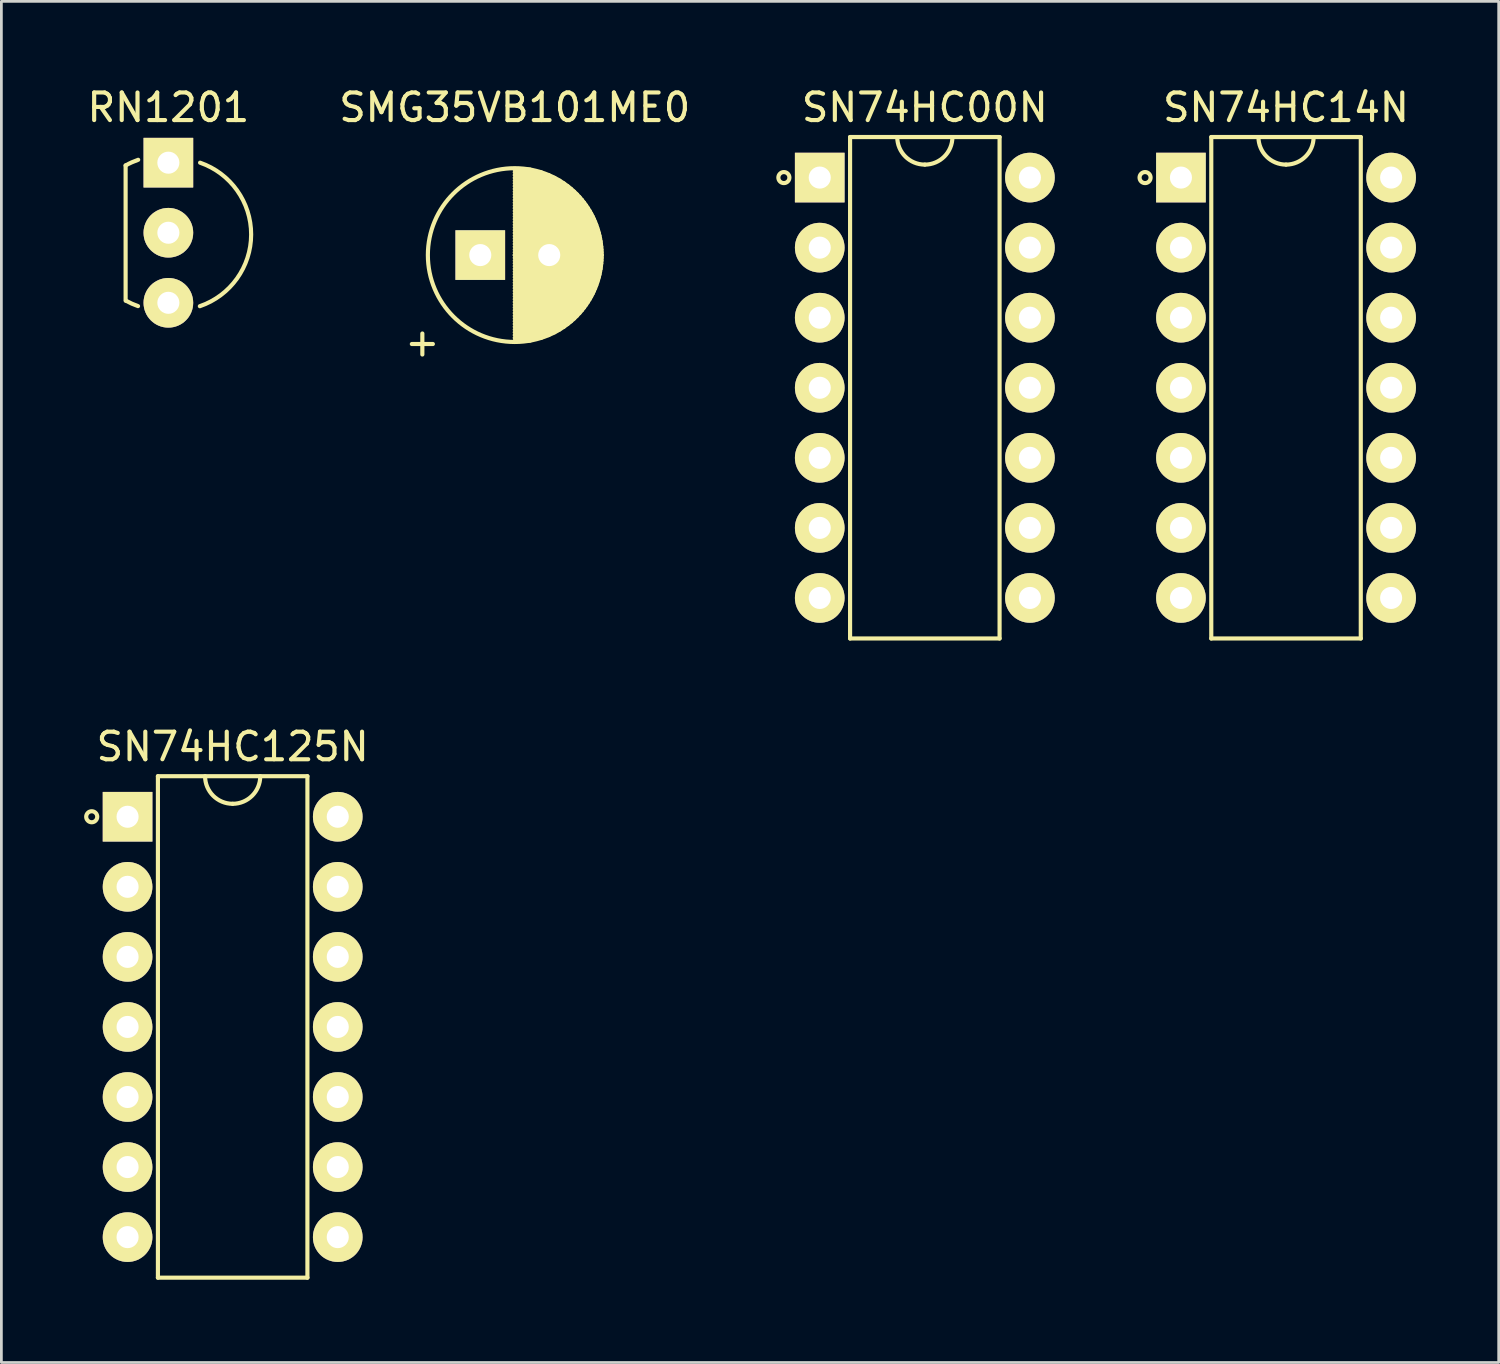
<source format=kicad_pcb>
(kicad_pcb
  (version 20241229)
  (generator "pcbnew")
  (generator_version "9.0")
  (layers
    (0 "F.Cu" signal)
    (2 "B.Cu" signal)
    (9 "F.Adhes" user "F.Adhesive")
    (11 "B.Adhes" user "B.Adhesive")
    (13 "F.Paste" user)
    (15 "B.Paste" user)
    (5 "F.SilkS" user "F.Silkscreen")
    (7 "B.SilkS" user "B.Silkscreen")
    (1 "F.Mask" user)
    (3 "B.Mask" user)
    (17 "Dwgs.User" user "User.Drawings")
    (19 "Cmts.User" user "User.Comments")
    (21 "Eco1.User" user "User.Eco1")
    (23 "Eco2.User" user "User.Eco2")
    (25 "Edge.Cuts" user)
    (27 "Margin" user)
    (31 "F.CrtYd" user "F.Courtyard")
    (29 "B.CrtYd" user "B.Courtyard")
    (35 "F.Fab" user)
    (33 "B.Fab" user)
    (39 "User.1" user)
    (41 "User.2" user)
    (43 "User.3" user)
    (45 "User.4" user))
  (footprint "SN74HC00N"
    (layer "F.Cu")
    (at 26.669 3.388)
    (property "Reference" "SN74HC00N" (at 3.81 -2.54 0) (layer "F.SilkS") (effects (font (size 1 1) (thickness 0.15))))
    (attr through_hole)
    (fp_line (start 1.1 -1.47) (end 6.52 -1.47) (stroke (width 0.15) (type solid)) (layer "F.SilkS"))
    (fp_line (start 1.1 16.71) (end 1.1 -1.47) (stroke (width 0.15) (type solid)) (layer "F.SilkS"))
    (fp_line (start 6.52 -1.47) (end 6.52 16.71) (stroke (width 0.15) (type solid)) (layer "F.SilkS"))
    (fp_line (start 6.52 16.71) (end 1.1 16.71) (stroke (width 0.15) (type solid)) (layer "F.SilkS"))
    (fp_arc (start 3.81 -0.47) (mid 3.102893 -0.762893) (end 2.81 -1.47) (stroke (width 0.15) (type solid)) (layer "F.SilkS"))
    (fp_arc (start 4.81 -1.47) (mid 4.517107 -0.762893) (end 3.81 -0.47) (stroke (width 0.15) (type solid)) (layer "F.SilkS"))
    (fp_circle (center -1.3 0) (end -1.3 0.2) (stroke (width 0.15) (type solid)) (fill no) (layer "F.SilkS"))
    (pad "1" thru_hole rect (at 0 0) (size 1.8 1.8) (drill 0.8) (layers "*.Cu" "*.Mask" "F.SilkS"))
    (pad "2" thru_hole circle (at 0 2.54) (size 1.8 1.8) (drill 0.8) (layers "*.Cu" "*.Mask" "F.SilkS"))
    (pad "3" thru_hole circle (at 0 5.08) (size 1.8 1.8) (drill 0.8) (layers "*.Cu" "*.Mask" "F.SilkS"))
    (pad "4" thru_hole circle (at 0 7.62) (size 1.8 1.8) (drill 0.8) (layers "*.Cu" "*.Mask" "F.SilkS"))
    (pad "5" thru_hole circle (at 0 10.16) (size 1.8 1.8) (drill 0.8) (layers "*.Cu" "*.Mask" "F.SilkS"))
    (pad "6" thru_hole circle (at 0 12.7) (size 1.8 1.8) (drill 0.8) (layers "*.Cu" "*.Mask" "F.SilkS"))
    (pad "7" thru_hole circle (at 0 15.24) (size 1.8 1.8) (drill 0.8) (layers "*.Cu" "*.Mask" "F.SilkS"))
    (pad "8" thru_hole circle (at 7.62 15.24) (size 1.8 1.8) (drill 0.8) (layers "*.Cu" "*.Mask" "F.SilkS"))
    (pad "9" thru_hole circle (at 7.62 12.7) (size 1.8 1.8) (drill 0.8) (layers "*.Cu" "*.Mask" "F.SilkS"))
    (pad "10" thru_hole circle (at 7.62 10.16) (size 1.8 1.8) (drill 0.8) (layers "*.Cu" "*.Mask" "F.SilkS"))
    (pad "11" thru_hole circle (at 7.62 7.62) (size 1.8 1.8) (drill 0.8) (layers "*.Cu" "*.Mask" "F.SilkS"))
    (pad "12" thru_hole circle (at 7.62 5.08) (size 1.8 1.8) (drill 0.8) (layers "*.Cu" "*.Mask" "F.SilkS"))
    (pad "13" thru_hole circle (at 7.62 2.54) (size 1.8 1.8) (drill 0.8) (layers "*.Cu" "*.Mask" "F.SilkS"))
    (pad "14" thru_hole circle (at 7.62 0) (size 1.8 1.8) (drill 0.8) (layers "*.Cu" "*.Mask" "F.SilkS")))
  (footprint "SN74HC125N"
    (layer "F.Cu")
    (at 1.575 26.561)
    (property "Reference" "SN74HC125N" (at 3.81 -2.54 0) (layer "F.SilkS") (effects (font (size 1 1) (thickness 0.15))))
    (attr through_hole)
    (fp_line (start 1.1 -1.47) (end 6.52 -1.47) (stroke (width 0.15) (type solid)) (layer "F.SilkS"))
    (fp_line (start 1.1 16.71) (end 1.1 -1.47) (stroke (width 0.15) (type solid)) (layer "F.SilkS"))
    (fp_line (start 6.52 -1.47) (end 6.52 16.71) (stroke (width 0.15) (type solid)) (layer "F.SilkS"))
    (fp_line (start 6.52 16.71) (end 1.1 16.71) (stroke (width 0.15) (type solid)) (layer "F.SilkS"))
    (fp_arc (start 3.81 -0.47) (mid 3.102893 -0.762893) (end 2.81 -1.47) (stroke (width 0.15) (type solid)) (layer "F.SilkS"))
    (fp_arc (start 4.81 -1.47) (mid 4.517107 -0.762893) (end 3.81 -0.47) (stroke (width 0.15) (type solid)) (layer "F.SilkS"))
    (fp_circle (center -1.3 0) (end -1.3 0.2) (stroke (width 0.15) (type solid)) (fill no) (layer "F.SilkS"))
    (pad "1" thru_hole rect (at 0 0) (size 1.8 1.8) (drill 0.8) (layers "*.Cu" "*.Mask" "F.SilkS"))
    (pad "2" thru_hole circle (at 0 2.54) (size 1.8 1.8) (drill 0.8) (layers "*.Cu" "*.Mask" "F.SilkS"))
    (pad "3" thru_hole circle (at 0 5.08) (size 1.8 1.8) (drill 0.8) (layers "*.Cu" "*.Mask" "F.SilkS"))
    (pad "4" thru_hole circle (at 0 7.62) (size 1.8 1.8) (drill 0.8) (layers "*.Cu" "*.Mask" "F.SilkS"))
    (pad "5" thru_hole circle (at 0 10.16) (size 1.8 1.8) (drill 0.8) (layers "*.Cu" "*.Mask" "F.SilkS"))
    (pad "6" thru_hole circle (at 0 12.7) (size 1.8 1.8) (drill 0.8) (layers "*.Cu" "*.Mask" "F.SilkS"))
    (pad "7" thru_hole circle (at 0 15.24) (size 1.8 1.8) (drill 0.8) (layers "*.Cu" "*.Mask" "F.SilkS"))
    (pad "8" thru_hole circle (at 7.62 15.24) (size 1.8 1.8) (drill 0.8) (layers "*.Cu" "*.Mask" "F.SilkS"))
    (pad "9" thru_hole circle (at 7.62 12.7) (size 1.8 1.8) (drill 0.8) (layers "*.Cu" "*.Mask" "F.SilkS"))
    (pad "10" thru_hole circle (at 7.62 10.16) (size 1.8 1.8) (drill 0.8) (layers "*.Cu" "*.Mask" "F.SilkS"))
    (pad "11" thru_hole circle (at 7.62 7.62) (size 1.8 1.8) (drill 0.8) (layers "*.Cu" "*.Mask" "F.SilkS"))
    (pad "12" thru_hole circle (at 7.62 5.08) (size 1.8 1.8) (drill 0.8) (layers "*.Cu" "*.Mask" "F.SilkS"))
    (pad "13" thru_hole circle (at 7.62 2.54) (size 1.8 1.8) (drill 0.8) (layers "*.Cu" "*.Mask" "F.SilkS"))
    (pad "14" thru_hole circle (at 7.62 0) (size 1.8 1.8) (drill 0.8) (layers "*.Cu" "*.Mask" "F.SilkS")))
  (footprint "SN74HC14N"
    (layer "F.Cu")
    (at 39.764 3.388)
    (property "Reference" "SN74HC14N" (at 3.81 -2.54 0) (layer "F.SilkS") (effects (font (size 1 1) (thickness 0.15))))
    (attr through_hole)
    (fp_line (start 1.1 -1.47) (end 6.52 -1.47) (stroke (width 0.15) (type solid)) (layer "F.SilkS"))
    (fp_line (start 1.1 16.71) (end 1.1 -1.47) (stroke (width 0.15) (type solid)) (layer "F.SilkS"))
    (fp_line (start 6.52 -1.47) (end 6.52 16.71) (stroke (width 0.15) (type solid)) (layer "F.SilkS"))
    (fp_line (start 6.52 16.71) (end 1.1 16.71) (stroke (width 0.15) (type solid)) (layer "F.SilkS"))
    (fp_arc (start 3.81 -0.47) (mid 3.102893 -0.762893) (end 2.81 -1.47) (stroke (width 0.15) (type solid)) (layer "F.SilkS"))
    (fp_arc (start 4.81 -1.47) (mid 4.517107 -0.762893) (end 3.81 -0.47) (stroke (width 0.15) (type solid)) (layer "F.SilkS"))
    (fp_circle (center -1.3 0) (end -1.3 0.2) (stroke (width 0.15) (type solid)) (fill no) (layer "F.SilkS"))
    (pad "1" thru_hole rect (at 0 0) (size 1.8 1.8) (drill 0.8) (layers "*.Cu" "*.Mask" "F.SilkS"))
    (pad "2" thru_hole circle (at 0 2.54) (size 1.8 1.8) (drill 0.8) (layers "*.Cu" "*.Mask" "F.SilkS"))
    (pad "3" thru_hole circle (at 0 5.08) (size 1.8 1.8) (drill 0.8) (layers "*.Cu" "*.Mask" "F.SilkS"))
    (pad "4" thru_hole circle (at 0 7.62) (size 1.8 1.8) (drill 0.8) (layers "*.Cu" "*.Mask" "F.SilkS"))
    (pad "5" thru_hole circle (at 0 10.16) (size 1.8 1.8) (drill 0.8) (layers "*.Cu" "*.Mask" "F.SilkS"))
    (pad "6" thru_hole circle (at 0 12.7) (size 1.8 1.8) (drill 0.8) (layers "*.Cu" "*.Mask" "F.SilkS"))
    (pad "7" thru_hole circle (at 0 15.24) (size 1.8 1.8) (drill 0.8) (layers "*.Cu" "*.Mask" "F.SilkS"))
    (pad "8" thru_hole circle (at 7.62 15.24) (size 1.8 1.8) (drill 0.8) (layers "*.Cu" "*.Mask" "F.SilkS"))
    (pad "9" thru_hole circle (at 7.62 12.7) (size 1.8 1.8) (drill 0.8) (layers "*.Cu" "*.Mask" "F.SilkS"))
    (pad "10" thru_hole circle (at 7.62 10.16) (size 1.8 1.8) (drill 0.8) (layers "*.Cu" "*.Mask" "F.SilkS"))
    (pad "11" thru_hole circle (at 7.62 7.62) (size 1.8 1.8) (drill 0.8) (layers "*.Cu" "*.Mask" "F.SilkS"))
    (pad "12" thru_hole circle (at 7.62 5.08) (size 1.8 1.8) (drill 0.8) (layers "*.Cu" "*.Mask" "F.SilkS"))
    (pad "13" thru_hole circle (at 7.62 2.54) (size 1.8 1.8) (drill 0.8) (layers "*.Cu" "*.Mask" "F.SilkS"))
    (pad "14" thru_hole circle (at 7.62 0) (size 1.8 1.8) (drill 0.8) (layers "*.Cu" "*.Mask" "F.SilkS")))
  (footprint "RN1201"
    (layer "F.Cu")
    (at 3.054 2.848)
    (property "Reference" "RN1201" (at 0 -2 0) (layer "F.SilkS") (effects (font (size 1 1) (thickness 0.15))))
    (attr through_hole)
    (fp_line (start -1.55 5) (end -1.55 0.1) (stroke (width 0.15) (type solid)) (layer "F.SilkS"))
    (fp_arc (start -1.55 0.1) (mid -1.326783 -0.012505) (end -1.09461 -0.105127) (stroke (width 0.15) (type solid)) (layer "F.SilkS"))
    (fp_arc (start -1.1 5.2) (mid -1.32318 5.111666) (end -1.537812 5.004217) (stroke (width 0.15) (type solid)) (layer "F.SilkS"))
    (fp_arc (start 1.15 0) (mid 3.00136 2.60449) (end 1.14151 5.202923) (stroke (width 0.15) (type solid)) (layer "F.SilkS"))
    (pad "1" thru_hole rect (at 0 0) (size 1.8 1.8) (drill 0.8) (layers "*.Cu" "*.Mask" "F.SilkS"))
    (pad "2" thru_hole circle (at 0 2.54) (size 1.8 1.8) (drill 0.8) (layers "*.Cu" "*.Mask" "F.SilkS"))
    (pad "3" thru_hole circle (at 0 5.08) (size 1.8 1.8) (drill 0.8) (layers "*.Cu" "*.Mask" "F.SilkS")))
  (footprint "SMG35VB101ME0"
    (layer "F.Cu")
    (at 14.362 6.198)
    (property "Reference" "SMG35VB101ME0" (at 1.25 -5.35 0) (layer "F.SilkS") (effects (font (size 1 1) (thickness 0.15))))
    (attr through_hole)
    (fp_line (start 1.25 -3.1) (end 1.809 -3.1) (stroke (width 0.15) (type solid)) (layer "F.SilkS"))
    (fp_line (start 1.25 -3) (end 2.21 -3) (stroke (width 0.15) (type solid)) (layer "F.SilkS"))
    (fp_line (start 1.25 -2.9) (end 2.48 -2.9) (stroke (width 0.15) (type solid)) (layer "F.SilkS"))
    (fp_line (start 1.25 -2.8) (end 2.693 -2.8) (stroke (width 0.15) (type solid)) (layer "F.SilkS"))
    (fp_line (start 1.25 -2.7) (end 2.872 -2.7) (stroke (width 0.15) (type solid)) (layer "F.SilkS"))
    (fp_line (start 1.25 -2.6) (end 3.028 -2.6) (stroke (width 0.15) (type solid)) (layer "F.SilkS"))
    (fp_line (start 1.25 -2.5) (end 3.166 -2.5) (stroke (width 0.15) (type solid)) (layer "F.SilkS"))
    (fp_line (start 1.25 -2.4) (end 3.29 -2.4) (stroke (width 0.15) (type solid)) (layer "F.SilkS"))
    (fp_line (start 1.25 -2.3) (end 3.402 -2.3) (stroke (width 0.15) (type solid)) (layer "F.SilkS"))
    (fp_line (start 1.25 -2.2) (end 3.504 -2.2) (stroke (width 0.15) (type solid)) (layer "F.SilkS"))
    (fp_line (start 1.25 -2.1) (end 3.598 -2.1) (stroke (width 0.15) (type solid)) (layer "F.SilkS"))
    (fp_line (start 1.25 -2) (end 3.684 -2) (stroke (width 0.15) (type solid)) (layer "F.SilkS"))
    (fp_line (start 1.25 -1.9) (end 3.762 -1.9) (stroke (width 0.15) (type solid)) (layer "F.SilkS"))
    (fp_line (start 1.25 -1.8) (end 3.835 -1.8) (stroke (width 0.15) (type solid)) (layer "F.SilkS"))
    (fp_line (start 1.25 -1.7) (end 3.902 -1.7) (stroke (width 0.15) (type solid)) (layer "F.SilkS"))
    (fp_line (start 1.25 -1.6) (end 3.963 -1.6) (stroke (width 0.15) (type solid)) (layer "F.SilkS"))
    (fp_line (start 1.25 -1.5) (end 4.02 -1.5) (stroke (width 0.15) (type solid)) (layer "F.SilkS"))
    (fp_line (start 1.25 -1.4) (end 4.072 -1.4) (stroke (width 0.15) (type solid)) (layer "F.SilkS"))
    (fp_line (start 1.25 -1.3) (end 4.119 -1.3) (stroke (width 0.15) (type solid)) (layer "F.SilkS"))
    (fp_line (start 1.25 -1.2) (end 4.162 -1.2) (stroke (width 0.15) (type solid)) (layer "F.SilkS"))
    (fp_line (start 1.25 -1.1) (end 4.202 -1.1) (stroke (width 0.15) (type solid)) (layer "F.SilkS"))
    (fp_line (start 1.25 -1) (end 4.237 -1) (stroke (width 0.15) (type solid)) (layer "F.SilkS"))
    (fp_line (start 1.25 -0.9) (end 4.269 -0.9) (stroke (width 0.15) (type solid)) (layer "F.SilkS"))
    (fp_line (start 1.25 -0.8) (end 4.297 -0.8) (stroke (width 0.15) (type solid)) (layer "F.SilkS"))
    (fp_line (start 1.25 -0.7) (end 4.321 -0.7) (stroke (width 0.15) (type solid)) (layer "F.SilkS"))
    (fp_line (start 1.25 -0.6) (end 4.342 -0.6) (stroke (width 0.15) (type solid)) (layer "F.SilkS"))
    (fp_line (start 1.25 -0.5) (end 4.36 -0.5) (stroke (width 0.15) (type solid)) (layer "F.SilkS"))
    (fp_line (start 1.25 -0.4) (end 4.375 -0.4) (stroke (width 0.15) (type solid)) (layer "F.SilkS"))
    (fp_line (start 1.25 -0.3) (end 4.386 -0.3) (stroke (width 0.15) (type solid)) (layer "F.SilkS"))
    (fp_line (start 1.25 -0.2) (end 4.394 -0.2) (stroke (width 0.15) (type solid)) (layer "F.SilkS"))
    (fp_line (start 1.25 -0.1) (end 4.398 -0.1) (stroke (width 0.15) (type solid)) (layer "F.SilkS"))
    (fp_line (start 1.25 0) (end 4.4 0) (stroke (width 0.15) (type solid)) (layer "F.SilkS"))
    (fp_line (start 1.25 0) (end 4.4 0) (stroke (width 0.15) (type solid)) (layer "F.SilkS"))
    (fp_line (start 1.25 0.1) (end 4.398 0.1) (stroke (width 0.15) (type solid)) (layer "F.SilkS"))
    (fp_line (start 1.25 0.2) (end 4.394 0.2) (stroke (width 0.15) (type solid)) (layer "F.SilkS"))
    (fp_line (start 1.25 0.3) (end 4.386 0.3) (stroke (width 0.15) (type solid)) (layer "F.SilkS"))
    (fp_line (start 1.25 0.4) (end 4.375 0.4) (stroke (width 0.15) (type solid)) (layer "F.SilkS"))
    (fp_line (start 1.25 0.5) (end 4.36 0.5) (stroke (width 0.15) (type solid)) (layer "F.SilkS"))
    (fp_line (start 1.25 0.6) (end 4.342 0.6) (stroke (width 0.15) (type solid)) (layer "F.SilkS"))
    (fp_line (start 1.25 0.7) (end 4.321 0.7) (stroke (width 0.15) (type solid)) (layer "F.SilkS"))
    (fp_line (start 1.25 0.8) (end 4.297 0.8) (stroke (width 0.15) (type solid)) (layer "F.SilkS"))
    (fp_line (start 1.25 0.9) (end 4.269 0.9) (stroke (width 0.15) (type solid)) (layer "F.SilkS"))
    (fp_line (start 1.25 1) (end 4.237 1) (stroke (width 0.15) (type solid)) (layer "F.SilkS"))
    (fp_line (start 1.25 1.1) (end 4.202 1.1) (stroke (width 0.15) (type solid)) (layer "F.SilkS"))
    (fp_line (start 1.25 1.2) (end 4.162 1.2) (stroke (width 0.15) (type solid)) (layer "F.SilkS"))
    (fp_line (start 1.25 1.3) (end 4.119 1.3) (stroke (width 0.15) (type solid)) (layer "F.SilkS"))
    (fp_line (start 1.25 1.4) (end 4.072 1.4) (stroke (width 0.15) (type solid)) (layer "F.SilkS"))
    (fp_line (start 1.25 1.5) (end 4.02 1.5) (stroke (width 0.15) (type solid)) (layer "F.SilkS"))
    (fp_line (start 1.25 1.6) (end 3.963 1.6) (stroke (width 0.15) (type solid)) (layer "F.SilkS"))
    (fp_line (start 1.25 1.7) (end 3.902 1.7) (stroke (width 0.15) (type solid)) (layer "F.SilkS"))
    (fp_line (start 1.25 1.8) (end 3.835 1.8) (stroke (width 0.15) (type solid)) (layer "F.SilkS"))
    (fp_line (start 1.25 1.9) (end 3.762 1.9) (stroke (width 0.15) (type solid)) (layer "F.SilkS"))
    (fp_line (start 1.25 2) (end 3.684 2) (stroke (width 0.15) (type solid)) (layer "F.SilkS"))
    (fp_line (start 1.25 2.1) (end 3.598 2.1) (stroke (width 0.15) (type solid)) (layer "F.SilkS"))
    (fp_line (start 1.25 2.2) (end 3.504 2.2) (stroke (width 0.15) (type solid)) (layer "F.SilkS"))
    (fp_line (start 1.25 2.3) (end 3.402 2.3) (stroke (width 0.15) (type solid)) (layer "F.SilkS"))
    (fp_line (start 1.25 2.4) (end 3.29 2.4) (stroke (width 0.15) (type solid)) (layer "F.SilkS"))
    (fp_line (start 1.25 2.5) (end 3.166 2.5) (stroke (width 0.15) (type solid)) (layer "F.SilkS"))
    (fp_line (start 1.25 2.6) (end 3.028 2.6) (stroke (width 0.15) (type solid)) (layer "F.SilkS"))
    (fp_line (start 1.25 2.7) (end 2.872 2.7) (stroke (width 0.15) (type solid)) (layer "F.SilkS"))
    (fp_line (start 1.25 2.8) (end 2.693 2.8) (stroke (width 0.15) (type solid)) (layer "F.SilkS"))
    (fp_line (start 1.25 2.9) (end 2.48 2.9) (stroke (width 0.15) (type solid)) (layer "F.SilkS"))
    (fp_line (start 1.25 3) (end 2.21 3) (stroke (width 0.15) (type solid)) (layer "F.SilkS"))
    (fp_line (start 1.25 3.1) (end 1.809 3.1) (stroke (width 0.15) (type solid)) (layer "F.SilkS"))
    (fp_circle (center 1.25 0) (end 1.25 -3.15) (stroke (width 0.15) (type solid)) (fill no) (layer "F.SilkS"))
    (fp_text user "+" (at -2.1 3.15 0) (layer "F.SilkS") (effects (font (size 1 1) (thickness 0.15))))
    (pad "1" thru_hole rect (at 0 0) (size 1.8 1.8) (drill 0.8) (layers "*.Cu" "*.Mask" "F.SilkS"))
    (pad "2" thru_hole circle (at 2.5 0) (size 1.8 1.8) (drill 0.8) (layers "*.Cu" "*.Mask" "F.SilkS")))
  (gr_rect
    (start -3 -3)
    (end 51.284 46.346)
    (stroke (width 0.1) (type default))
    (fill no)
    (layer "Edge.Cuts")))
</source>
